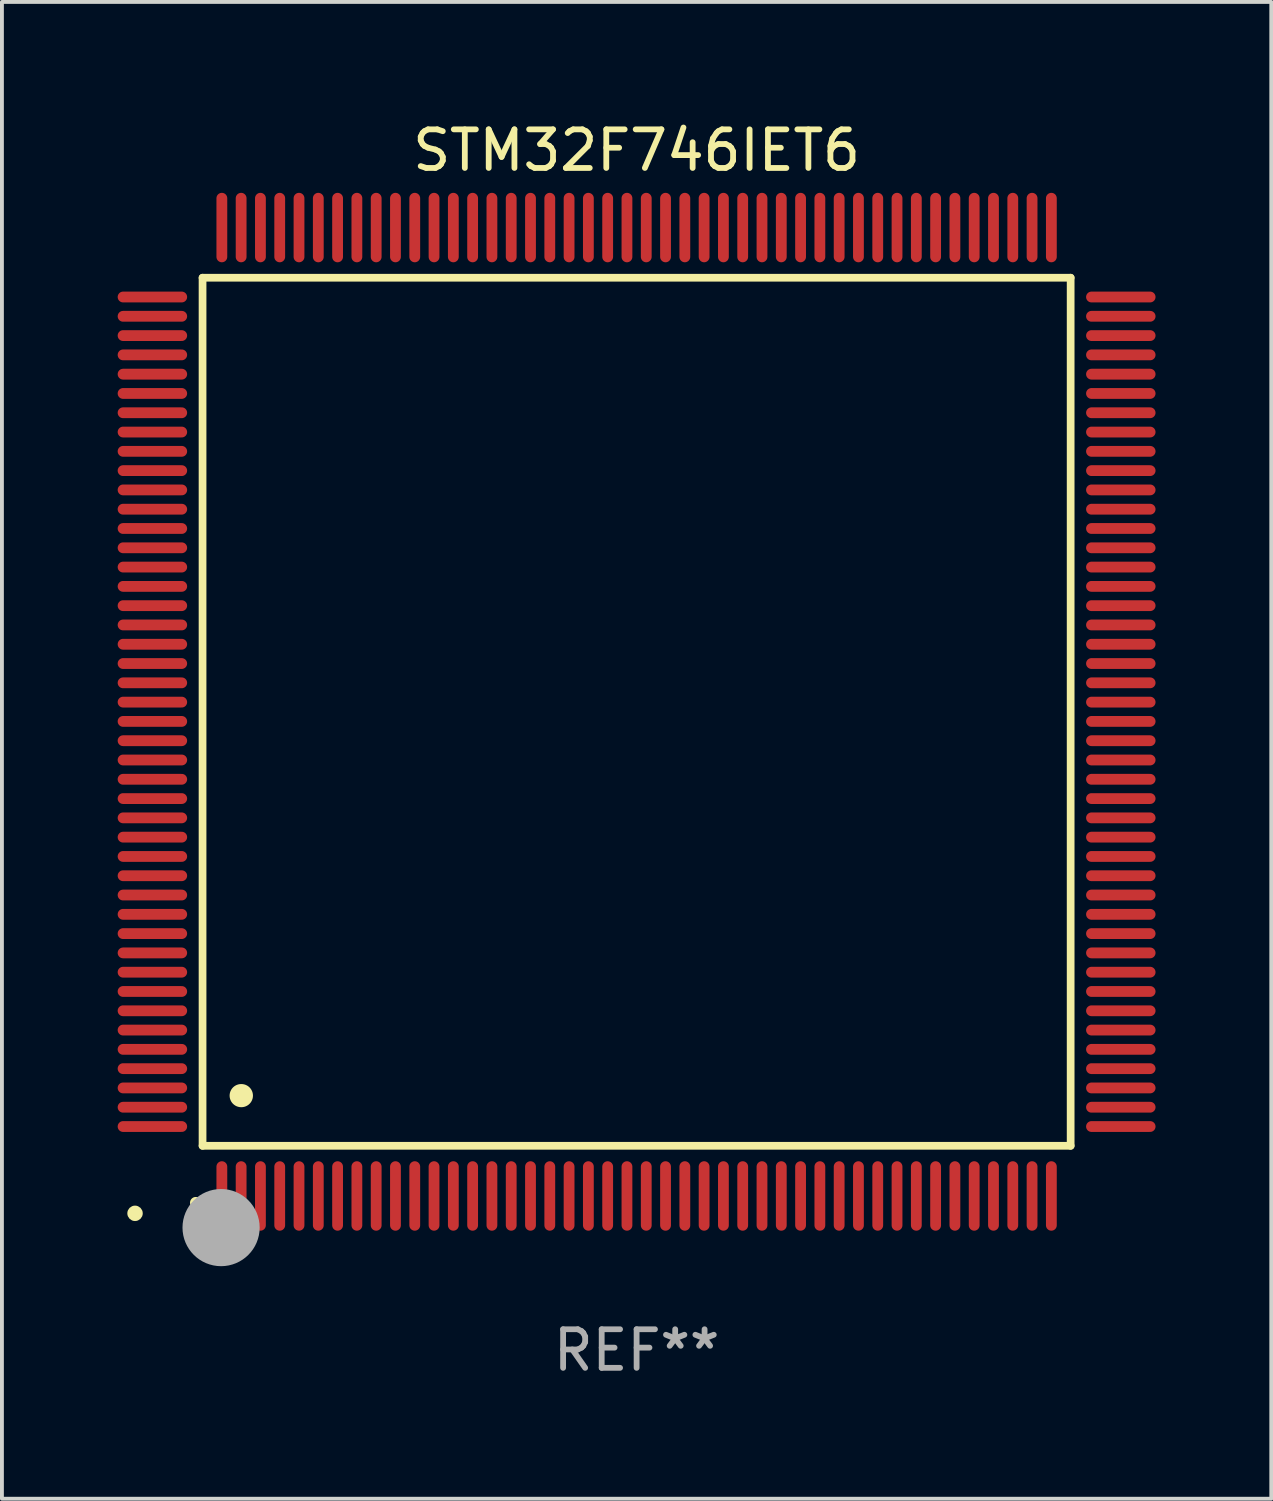
<source format=kicad_pcb>
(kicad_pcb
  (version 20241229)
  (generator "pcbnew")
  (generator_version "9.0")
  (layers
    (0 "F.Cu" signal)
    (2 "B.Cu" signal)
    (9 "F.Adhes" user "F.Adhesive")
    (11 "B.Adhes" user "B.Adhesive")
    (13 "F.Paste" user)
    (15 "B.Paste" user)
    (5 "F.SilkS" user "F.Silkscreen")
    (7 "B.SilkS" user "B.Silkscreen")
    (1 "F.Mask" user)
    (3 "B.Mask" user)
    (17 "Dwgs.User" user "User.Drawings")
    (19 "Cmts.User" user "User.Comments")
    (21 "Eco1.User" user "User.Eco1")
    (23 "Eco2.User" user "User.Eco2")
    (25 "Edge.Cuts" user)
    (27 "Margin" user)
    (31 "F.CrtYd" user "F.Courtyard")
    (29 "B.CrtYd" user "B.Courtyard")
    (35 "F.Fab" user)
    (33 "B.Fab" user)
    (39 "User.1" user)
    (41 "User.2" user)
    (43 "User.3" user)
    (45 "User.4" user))
  (footprint "STM32F746IET6"
    (layer "F.Cu")
    (at 13.45 15.398)
    (property "Reference" "STM32F746IET6" (at 0 -14.55 0) (layer "F.SilkS") (effects (font (size 1 1) (thickness 0.15))))
    (attr through_hole)
    (fp_line (start -11.25 -11.25) (end 11.25 -11.25) (stroke (width 0.2) (type solid)) (layer "F.SilkS"))
    (fp_line (start -11.25 11.25) (end -11.25 -11.25) (stroke (width 0.2) (type solid)) (layer "F.SilkS"))
    (fp_line (start 11.25 -11.25) (end 11.25 11.25) (stroke (width 0.2) (type solid)) (layer "F.SilkS"))
    (fp_line (start 11.25 11.25) (end -11.25 11.25) (stroke (width 0.2) (type solid)) (layer "F.SilkS"))
    (fp_arc (start -11.424943 12.725425) (mid -11.423673 12.72542) (end -11.422403 12.725425) (stroke (width 0.3) (type solid)) (layer "F.SilkS"))
    (fp_arc (start -10.24892 9.9492) (mid -10.24638 9.949189) (end -10.24384 9.9492) (stroke (width 0.6) (type solid)) (layer "F.SilkS"))
    (fp_circle (center -13 13) (end -12.9 13) (stroke (width 0.2) (type solid)) (fill no) (layer "F.SilkS"))
    (fp_circle (center -10.77 13.37) (end -10.27 13.37) (stroke (width 1) (type solid)) (fill no) (layer "F.Fab"))
    (fp_text user "REF**" (at 0 16.55 0) (layer "F.Fab") (effects (font (size 1 1) (thickness 0.15))))
    (pad "1" smd oval (at -10.75 12.55) (size 0.28 1.8) (layers "F.Cu" "F.Mask" "F.Paste"))
    (pad "2" smd oval (at -10.25 12.55) (size 0.28 1.8) (layers "F.Cu" "F.Mask" "F.Paste"))
    (pad "3" smd oval (at -9.75 12.55) (size 0.28 1.8) (layers "F.Cu" "F.Mask" "F.Paste"))
    (pad "4" smd oval (at -9.25 12.55) (size 0.28 1.8) (layers "F.Cu" "F.Mask" "F.Paste"))
    (pad "5" smd oval (at -8.75 12.55) (size 0.28 1.8) (layers "F.Cu" "F.Mask" "F.Paste"))
    (pad "6" smd oval (at -8.25 12.55) (size 0.28 1.8) (layers "F.Cu" "F.Mask" "F.Paste"))
    (pad "7" smd oval (at -7.75 12.55) (size 0.28 1.8) (layers "F.Cu" "F.Mask" "F.Paste"))
    (pad "8" smd oval (at -7.25 12.55) (size 0.28 1.8) (layers "F.Cu" "F.Mask" "F.Paste"))
    (pad "9" smd oval (at -6.75 12.55) (size 0.28 1.8) (layers "F.Cu" "F.Mask" "F.Paste"))
    (pad "10" smd oval (at -6.25 12.55) (size 0.28 1.8) (layers "F.Cu" "F.Mask" "F.Paste"))
    (pad "11" smd oval (at -5.75 12.55) (size 0.28 1.8) (layers "F.Cu" "F.Mask" "F.Paste"))
    (pad "12" smd oval (at -5.25 12.55) (size 0.28 1.8) (layers "F.Cu" "F.Mask" "F.Paste"))
    (pad "13" smd oval (at -4.75 12.55) (size 0.28 1.8) (layers "F.Cu" "F.Mask" "F.Paste"))
    (pad "14" smd oval (at -4.25 12.55) (size 0.28 1.8) (layers "F.Cu" "F.Mask" "F.Paste"))
    (pad "15" smd oval (at -3.75 12.55) (size 0.28 1.8) (layers "F.Cu" "F.Mask" "F.Paste"))
    (pad "16" smd oval (at -3.25 12.55) (size 0.28 1.8) (layers "F.Cu" "F.Mask" "F.Paste"))
    (pad "17" smd oval (at -2.75 12.55) (size 0.28 1.8) (layers "F.Cu" "F.Mask" "F.Paste"))
    (pad "18" smd oval (at -2.25 12.55) (size 0.28 1.8) (layers "F.Cu" "F.Mask" "F.Paste"))
    (pad "19" smd oval (at -1.75 12.55) (size 0.28 1.8) (layers "F.Cu" "F.Mask" "F.Paste"))
    (pad "20" smd oval (at -1.25 12.55) (size 0.28 1.8) (layers "F.Cu" "F.Mask" "F.Paste"))
    (pad "21" smd oval (at -0.75 12.55) (size 0.28 1.8) (layers "F.Cu" "F.Mask" "F.Paste"))
    (pad "22" smd oval (at -0.25 12.55) (size 0.28 1.8) (layers "F.Cu" "F.Mask" "F.Paste"))
    (pad "23" smd oval (at 0.25 12.55) (size 0.28 1.8) (layers "F.Cu" "F.Mask" "F.Paste"))
    (pad "24" smd oval (at 0.75 12.55) (size 0.28 1.8) (layers "F.Cu" "F.Mask" "F.Paste"))
    (pad "25" smd oval (at 1.25 12.55) (size 0.28 1.8) (layers "F.Cu" "F.Mask" "F.Paste"))
    (pad "26" smd oval (at 1.75 12.55) (size 0.28 1.8) (layers "F.Cu" "F.Mask" "F.Paste"))
    (pad "27" smd oval (at 2.25 12.55) (size 0.28 1.8) (layers "F.Cu" "F.Mask" "F.Paste"))
    (pad "28" smd oval (at 2.75 12.55) (size 0.28 1.8) (layers "F.Cu" "F.Mask" "F.Paste"))
    (pad "29" smd oval (at 3.25 12.55) (size 0.28 1.8) (layers "F.Cu" "F.Mask" "F.Paste"))
    (pad "30" smd oval (at 3.75 12.55) (size 0.28 1.8) (layers "F.Cu" "F.Mask" "F.Paste"))
    (pad "31" smd oval (at 4.25 12.55) (size 0.28 1.8) (layers "F.Cu" "F.Mask" "F.Paste"))
    (pad "32" smd oval (at 4.75 12.55) (size 0.28 1.8) (layers "F.Cu" "F.Mask" "F.Paste"))
    (pad "33" smd oval (at 5.25 12.55) (size 0.28 1.8) (layers "F.Cu" "F.Mask" "F.Paste"))
    (pad "34" smd oval (at 5.75 12.55) (size 0.28 1.8) (layers "F.Cu" "F.Mask" "F.Paste"))
    (pad "35" smd oval (at 6.25 12.55) (size 0.28 1.8) (layers "F.Cu" "F.Mask" "F.Paste"))
    (pad "36" smd oval (at 6.75 12.55) (size 0.28 1.8) (layers "F.Cu" "F.Mask" "F.Paste"))
    (pad "37" smd oval (at 7.25 12.55) (size 0.28 1.8) (layers "F.Cu" "F.Mask" "F.Paste"))
    (pad "38" smd oval (at 7.75 12.55) (size 0.28 1.8) (layers "F.Cu" "F.Mask" "F.Paste"))
    (pad "39" smd oval (at 8.25 12.55) (size 0.28 1.8) (layers "F.Cu" "F.Mask" "F.Paste"))
    (pad "40" smd oval (at 8.75 12.55) (size 0.28 1.8) (layers "F.Cu" "F.Mask" "F.Paste"))
    (pad "41" smd oval (at 9.25 12.55) (size 0.28 1.8) (layers "F.Cu" "F.Mask" "F.Paste"))
    (pad "42" smd oval (at 9.75 12.55) (size 0.28 1.8) (layers "F.Cu" "F.Mask" "F.Paste"))
    (pad "43" smd oval (at 10.25 12.55) (size 0.28 1.8) (layers "F.Cu" "F.Mask" "F.Paste"))
    (pad "44" smd oval (at 10.75 12.55) (size 0.28 1.8) (layers "F.Cu" "F.Mask" "F.Paste"))
    (pad "45" smd oval (at 12.55 10.75) (size 1.8 0.28) (layers "F.Cu" "F.Mask" "F.Paste"))
    (pad "46" smd oval (at 12.55 10.25) (size 1.8 0.28) (layers "F.Cu" "F.Mask" "F.Paste"))
    (pad "47" smd oval (at 12.55 9.75) (size 1.8 0.28) (layers "F.Cu" "F.Mask" "F.Paste"))
    (pad "48" smd oval (at 12.55 9.25) (size 1.8 0.28) (layers "F.Cu" "F.Mask" "F.Paste"))
    (pad "49" smd oval (at 12.55 8.75) (size 1.8 0.28) (layers "F.Cu" "F.Mask" "F.Paste"))
    (pad "50" smd oval (at 12.55 8.25) (size 1.8 0.28) (layers "F.Cu" "F.Mask" "F.Paste"))
    (pad "51" smd oval (at 12.55 7.75) (size 1.8 0.28) (layers "F.Cu" "F.Mask" "F.Paste"))
    (pad "52" smd oval (at 12.55 7.25) (size 1.8 0.28) (layers "F.Cu" "F.Mask" "F.Paste"))
    (pad "53" smd oval (at 12.55 6.75) (size 1.8 0.28) (layers "F.Cu" "F.Mask" "F.Paste"))
    (pad "54" smd oval (at 12.55 6.25) (size 1.8 0.28) (layers "F.Cu" "F.Mask" "F.Paste"))
    (pad "55" smd oval (at 12.55 5.75) (size 1.8 0.28) (layers "F.Cu" "F.Mask" "F.Paste"))
    (pad "56" smd oval (at 12.55 5.25) (size 1.8 0.28) (layers "F.Cu" "F.Mask" "F.Paste"))
    (pad "57" smd oval (at 12.55 4.75) (size 1.8 0.28) (layers "F.Cu" "F.Mask" "F.Paste"))
    (pad "58" smd oval (at 12.55 4.25) (size 1.8 0.28) (layers "F.Cu" "F.Mask" "F.Paste"))
    (pad "59" smd oval (at 12.55 3.75) (size 1.8 0.28) (layers "F.Cu" "F.Mask" "F.Paste"))
    (pad "60" smd oval (at 12.55 3.25) (size 1.8 0.28) (layers "F.Cu" "F.Mask" "F.Paste"))
    (pad "61" smd oval (at 12.55 2.75) (size 1.8 0.28) (layers "F.Cu" "F.Mask" "F.Paste"))
    (pad "62" smd oval (at 12.55 2.25) (size 1.8 0.28) (layers "F.Cu" "F.Mask" "F.Paste"))
    (pad "63" smd oval (at 12.55 1.75) (size 1.8 0.28) (layers "F.Cu" "F.Mask" "F.Paste"))
    (pad "64" smd oval (at 12.55 1.25) (size 1.8 0.28) (layers "F.Cu" "F.Mask" "F.Paste"))
    (pad "65" smd oval (at 12.55 0.75) (size 1.8 0.28) (layers "F.Cu" "F.Mask" "F.Paste"))
    (pad "66" smd oval (at 12.55 0.25) (size 1.8 0.28) (layers "F.Cu" "F.Mask" "F.Paste"))
    (pad "67" smd oval (at 12.55 -0.25) (size 1.8 0.28) (layers "F.Cu" "F.Mask" "F.Paste"))
    (pad "68" smd oval (at 12.55 -0.75) (size 1.8 0.28) (layers "F.Cu" "F.Mask" "F.Paste"))
    (pad "69" smd oval (at 12.55 -1.25) (size 1.8 0.28) (layers "F.Cu" "F.Mask" "F.Paste"))
    (pad "70" smd oval (at 12.55 -1.75) (size 1.8 0.28) (layers "F.Cu" "F.Mask" "F.Paste"))
    (pad "71" smd oval (at 12.55 -2.25) (size 1.8 0.28) (layers "F.Cu" "F.Mask" "F.Paste"))
    (pad "72" smd oval (at 12.55 -2.75) (size 1.8 0.28) (layers "F.Cu" "F.Mask" "F.Paste"))
    (pad "73" smd oval (at 12.55 -3.25) (size 1.8 0.28) (layers "F.Cu" "F.Mask" "F.Paste"))
    (pad "74" smd oval (at 12.55 -3.75) (size 1.8 0.28) (layers "F.Cu" "F.Mask" "F.Paste"))
    (pad "75" smd oval (at 12.55 -4.25) (size 1.8 0.28) (layers "F.Cu" "F.Mask" "F.Paste"))
    (pad "76" smd oval (at 12.55 -4.75) (size 1.8 0.28) (layers "F.Cu" "F.Mask" "F.Paste"))
    (pad "77" smd oval (at 12.55 -5.25) (size 1.8 0.28) (layers "F.Cu" "F.Mask" "F.Paste"))
    (pad "78" smd oval (at 12.55 -5.75) (size 1.8 0.28) (layers "F.Cu" "F.Mask" "F.Paste"))
    (pad "79" smd oval (at 12.55 -6.25) (size 1.8 0.28) (layers "F.Cu" "F.Mask" "F.Paste"))
    (pad "80" smd oval (at 12.55 -6.75) (size 1.8 0.28) (layers "F.Cu" "F.Mask" "F.Paste"))
    (pad "81" smd oval (at 12.55 -7.25) (size 1.8 0.28) (layers "F.Cu" "F.Mask" "F.Paste"))
    (pad "82" smd oval (at 12.55 -7.75) (size 1.8 0.28) (layers "F.Cu" "F.Mask" "F.Paste"))
    (pad "83" smd oval (at 12.55 -8.25) (size 1.8 0.28) (layers "F.Cu" "F.Mask" "F.Paste"))
    (pad "84" smd oval (at 12.55 -8.75) (size 1.8 0.28) (layers "F.Cu" "F.Mask" "F.Paste"))
    (pad "85" smd oval (at 12.55 -9.25) (size 1.8 0.28) (layers "F.Cu" "F.Mask" "F.Paste"))
    (pad "86" smd oval (at 12.55 -9.75) (size 1.8 0.28) (layers "F.Cu" "F.Mask" "F.Paste"))
    (pad "87" smd oval (at 12.55 -10.25) (size 1.8 0.28) (layers "F.Cu" "F.Mask" "F.Paste"))
    (pad "88" smd oval (at 12.55 -10.75) (size 1.8 0.28) (layers "F.Cu" "F.Mask" "F.Paste"))
    (pad "89" smd oval (at 10.75 -12.55) (size 0.28 1.8) (layers "F.Cu" "F.Mask" "F.Paste"))
    (pad "90" smd oval (at 10.25 -12.55) (size 0.28 1.8) (layers "F.Cu" "F.Mask" "F.Paste"))
    (pad "91" smd oval (at 9.75 -12.55) (size 0.28 1.8) (layers "F.Cu" "F.Mask" "F.Paste"))
    (pad "92" smd oval (at 9.25 -12.55) (size 0.28 1.8) (layers "F.Cu" "F.Mask" "F.Paste"))
    (pad "93" smd oval (at 8.75 -12.55) (size 0.28 1.8) (layers "F.Cu" "F.Mask" "F.Paste"))
    (pad "94" smd oval (at 8.25 -12.55) (size 0.28 1.8) (layers "F.Cu" "F.Mask" "F.Paste"))
    (pad "95" smd oval (at 7.75 -12.55) (size 0.28 1.8) (layers "F.Cu" "F.Mask" "F.Paste"))
    (pad "96" smd oval (at 7.25 -12.55) (size 0.28 1.8) (layers "F.Cu" "F.Mask" "F.Paste"))
    (pad "97" smd oval (at 6.75 -12.55) (size 0.28 1.8) (layers "F.Cu" "F.Mask" "F.Paste"))
    (pad "98" smd oval (at 6.25 -12.55) (size 0.28 1.8) (layers "F.Cu" "F.Mask" "F.Paste"))
    (pad "99" smd oval (at 5.75 -12.55) (size 0.28 1.8) (layers "F.Cu" "F.Mask" "F.Paste"))
    (pad "100" smd oval (at 5.25 -12.55) (size 0.28 1.8) (layers "F.Cu" "F.Mask" "F.Paste"))
    (pad "101" smd oval (at 4.75 -12.55) (size 0.28 1.8) (layers "F.Cu" "F.Mask" "F.Paste"))
    (pad "102" smd oval (at 4.25 -12.55) (size 0.28 1.8) (layers "F.Cu" "F.Mask" "F.Paste"))
    (pad "103" smd oval (at 3.75 -12.55) (size 0.28 1.8) (layers "F.Cu" "F.Mask" "F.Paste"))
    (pad "104" smd oval (at 3.25 -12.55) (size 0.28 1.8) (layers "F.Cu" "F.Mask" "F.Paste"))
    (pad "105" smd oval (at 2.75 -12.55) (size 0.28 1.8) (layers "F.Cu" "F.Mask" "F.Paste"))
    (pad "106" smd oval (at 2.25 -12.55) (size 0.28 1.8) (layers "F.Cu" "F.Mask" "F.Paste"))
    (pad "107" smd oval (at 1.75 -12.55) (size 0.28 1.8) (layers "F.Cu" "F.Mask" "F.Paste"))
    (pad "108" smd oval (at 1.25 -12.55) (size 0.28 1.8) (layers "F.Cu" "F.Mask" "F.Paste"))
    (pad "109" smd oval (at 0.75 -12.55) (size 0.28 1.8) (layers "F.Cu" "F.Mask" "F.Paste"))
    (pad "110" smd oval (at 0.25 -12.55) (size 0.28 1.8) (layers "F.Cu" "F.Mask" "F.Paste"))
    (pad "111" smd oval (at -0.25 -12.55) (size 0.28 1.8) (layers "F.Cu" "F.Mask" "F.Paste"))
    (pad "112" smd oval (at -0.75 -12.55) (size 0.28 1.8) (layers "F.Cu" "F.Mask" "F.Paste"))
    (pad "113" smd oval (at -1.25 -12.55) (size 0.28 1.8) (layers "F.Cu" "F.Mask" "F.Paste"))
    (pad "114" smd oval (at -1.75 -12.55) (size 0.28 1.8) (layers "F.Cu" "F.Mask" "F.Paste"))
    (pad "115" smd oval (at -2.25 -12.55) (size 0.28 1.8) (layers "F.Cu" "F.Mask" "F.Paste"))
    (pad "116" smd oval (at -2.75 -12.55) (size 0.28 1.8) (layers "F.Cu" "F.Mask" "F.Paste"))
    (pad "117" smd oval (at -3.25 -12.55) (size 0.28 1.8) (layers "F.Cu" "F.Mask" "F.Paste"))
    (pad "118" smd oval (at -3.75 -12.55) (size 0.28 1.8) (layers "F.Cu" "F.Mask" "F.Paste"))
    (pad "119" smd oval (at -4.25 -12.55) (size 0.28 1.8) (layers "F.Cu" "F.Mask" "F.Paste"))
    (pad "120" smd oval (at -4.75 -12.55) (size 0.28 1.8) (layers "F.Cu" "F.Mask" "F.Paste"))
    (pad "121" smd oval (at -5.25 -12.55) (size 0.28 1.8) (layers "F.Cu" "F.Mask" "F.Paste"))
    (pad "122" smd oval (at -5.75 -12.55) (size 0.28 1.8) (layers "F.Cu" "F.Mask" "F.Paste"))
    (pad "123" smd oval (at -6.25 -12.55) (size 0.28 1.8) (layers "F.Cu" "F.Mask" "F.Paste"))
    (pad "124" smd oval (at -6.75 -12.55) (size 0.28 1.8) (layers "F.Cu" "F.Mask" "F.Paste"))
    (pad "125" smd oval (at -7.25 -12.55) (size 0.28 1.8) (layers "F.Cu" "F.Mask" "F.Paste"))
    (pad "126" smd oval (at -7.75 -12.55) (size 0.28 1.8) (layers "F.Cu" "F.Mask" "F.Paste"))
    (pad "127" smd oval (at -8.25 -12.55) (size 0.28 1.8) (layers "F.Cu" "F.Mask" "F.Paste"))
    (pad "128" smd oval (at -8.75 -12.55) (size 0.28 1.8) (layers "F.Cu" "F.Mask" "F.Paste"))
    (pad "129" smd oval (at -9.25 -12.55) (size 0.28 1.8) (layers "F.Cu" "F.Mask" "F.Paste"))
    (pad "130" smd oval (at -9.75 -12.55) (size 0.28 1.8) (layers "F.Cu" "F.Mask" "F.Paste"))
    (pad "131" smd oval (at -10.25 -12.55) (size 0.28 1.8) (layers "F.Cu" "F.Mask" "F.Paste"))
    (pad "132" smd oval (at -10.75 -12.55) (size 0.28 1.8) (layers "F.Cu" "F.Mask" "F.Paste"))
    (pad "133" smd oval (at -12.55 -10.75) (size 1.8 0.28) (layers "F.Cu" "F.Mask" "F.Paste"))
    (pad "134" smd oval (at -12.55 -10.25) (size 1.8 0.28) (layers "F.Cu" "F.Mask" "F.Paste"))
    (pad "135" smd oval (at -12.55 -9.75) (size 1.8 0.28) (layers "F.Cu" "F.Mask" "F.Paste"))
    (pad "136" smd oval (at -12.55 -9.25) (size 1.8 0.28) (layers "F.Cu" "F.Mask" "F.Paste"))
    (pad "137" smd oval (at -12.55 -8.75) (size 1.8 0.28) (layers "F.Cu" "F.Mask" "F.Paste"))
    (pad "138" smd oval (at -12.55 -8.25) (size 1.8 0.28) (layers "F.Cu" "F.Mask" "F.Paste"))
    (pad "139" smd oval (at -12.55 -7.75) (size 1.8 0.28) (layers "F.Cu" "F.Mask" "F.Paste"))
    (pad "140" smd oval (at -12.55 -7.25) (size 1.8 0.28) (layers "F.Cu" "F.Mask" "F.Paste"))
    (pad "141" smd oval (at -12.55 -6.75) (size 1.8 0.28) (layers "F.Cu" "F.Mask" "F.Paste"))
    (pad "142" smd oval (at -12.55 -6.25) (size 1.8 0.28) (layers "F.Cu" "F.Mask" "F.Paste"))
    (pad "143" smd oval (at -12.55 -5.75) (size 1.8 0.28) (layers "F.Cu" "F.Mask" "F.Paste"))
    (pad "144" smd oval (at -12.55 -5.25) (size 1.8 0.28) (layers "F.Cu" "F.Mask" "F.Paste"))
    (pad "145" smd oval (at -12.55 -4.75) (size 1.8 0.28) (layers "F.Cu" "F.Mask" "F.Paste"))
    (pad "146" smd oval (at -12.55 -4.25) (size 1.8 0.28) (layers "F.Cu" "F.Mask" "F.Paste"))
    (pad "147" smd oval (at -12.55 -3.75) (size 1.8 0.28) (layers "F.Cu" "F.Mask" "F.Paste"))
    (pad "148" smd oval (at -12.55 -3.25) (size 1.8 0.28) (layers "F.Cu" "F.Mask" "F.Paste"))
    (pad "149" smd oval (at -12.55 -2.75) (size 1.8 0.28) (layers "F.Cu" "F.Mask" "F.Paste"))
    (pad "150" smd oval (at -12.55 -2.25) (size 1.8 0.28) (layers "F.Cu" "F.Mask" "F.Paste"))
    (pad "151" smd oval (at -12.55 -1.75) (size 1.8 0.28) (layers "F.Cu" "F.Mask" "F.Paste"))
    (pad "152" smd oval (at -12.55 -1.25) (size 1.8 0.28) (layers "F.Cu" "F.Mask" "F.Paste"))
    (pad "153" smd oval (at -12.55 -0.75) (size 1.8 0.28) (layers "F.Cu" "F.Mask" "F.Paste"))
    (pad "154" smd oval (at -12.55 -0.25) (size 1.8 0.28) (layers "F.Cu" "F.Mask" "F.Paste"))
    (pad "155" smd oval (at -12.55 0.25) (size 1.8 0.28) (layers "F.Cu" "F.Mask" "F.Paste"))
    (pad "156" smd oval (at -12.55 0.75) (size 1.8 0.28) (layers "F.Cu" "F.Mask" "F.Paste"))
    (pad "157" smd oval (at -12.55 1.25) (size 1.8 0.28) (layers "F.Cu" "F.Mask" "F.Paste"))
    (pad "158" smd oval (at -12.55 1.75) (size 1.8 0.28) (layers "F.Cu" "F.Mask" "F.Paste"))
    (pad "159" smd oval (at -12.55 2.25) (size 1.8 0.28) (layers "F.Cu" "F.Mask" "F.Paste"))
    (pad "160" smd oval (at -12.55 2.75) (size 1.8 0.28) (layers "F.Cu" "F.Mask" "F.Paste"))
    (pad "161" smd oval (at -12.55 3.25) (size 1.8 0.28) (layers "F.Cu" "F.Mask" "F.Paste"))
    (pad "162" smd oval (at -12.55 3.75) (size 1.8 0.28) (layers "F.Cu" "F.Mask" "F.Paste"))
    (pad "163" smd oval (at -12.55 4.25) (size 1.8 0.28) (layers "F.Cu" "F.Mask" "F.Paste"))
    (pad "164" smd oval (at -12.55 4.75) (size 1.8 0.28) (layers "F.Cu" "F.Mask" "F.Paste"))
    (pad "165" smd oval (at -12.55 5.25) (size 1.8 0.28) (layers "F.Cu" "F.Mask" "F.Paste"))
    (pad "166" smd oval (at -12.55 5.75) (size 1.8 0.28) (layers "F.Cu" "F.Mask" "F.Paste"))
    (pad "167" smd oval (at -12.55 6.25) (size 1.8 0.28) (layers "F.Cu" "F.Mask" "F.Paste"))
    (pad "168" smd oval (at -12.55 6.75) (size 1.8 0.28) (layers "F.Cu" "F.Mask" "F.Paste"))
    (pad "169" smd oval (at -12.55 7.25) (size 1.8 0.28) (layers "F.Cu" "F.Mask" "F.Paste"))
    (pad "170" smd oval (at -12.55 7.75) (size 1.8 0.28) (layers "F.Cu" "F.Mask" "F.Paste"))
    (pad "171" smd oval (at -12.55 8.25) (size 1.8 0.28) (layers "F.Cu" "F.Mask" "F.Paste"))
    (pad "172" smd oval (at -12.55 8.75) (size 1.8 0.28) (layers "F.Cu" "F.Mask" "F.Paste"))
    (pad "173" smd oval (at -12.55 9.25) (size 1.8 0.28) (layers "F.Cu" "F.Mask" "F.Paste"))
    (pad "174" smd oval (at -12.55 9.75) (size 1.8 0.28) (layers "F.Cu" "F.Mask" "F.Paste"))
    (pad "175" smd oval (at -12.55 10.25) (size 1.8 0.28) (layers "F.Cu" "F.Mask" "F.Paste"))
    (pad "176" smd oval (at -12.55 10.75) (size 1.8 0.28) (layers "F.Cu" "F.Mask" "F.Paste")))
  (gr_rect
    (start -3 -3)
    (end 29.9 35.796)
    (stroke (width 0.1) (type default))
    (fill no)
    (layer "Edge.Cuts")))
</source>
